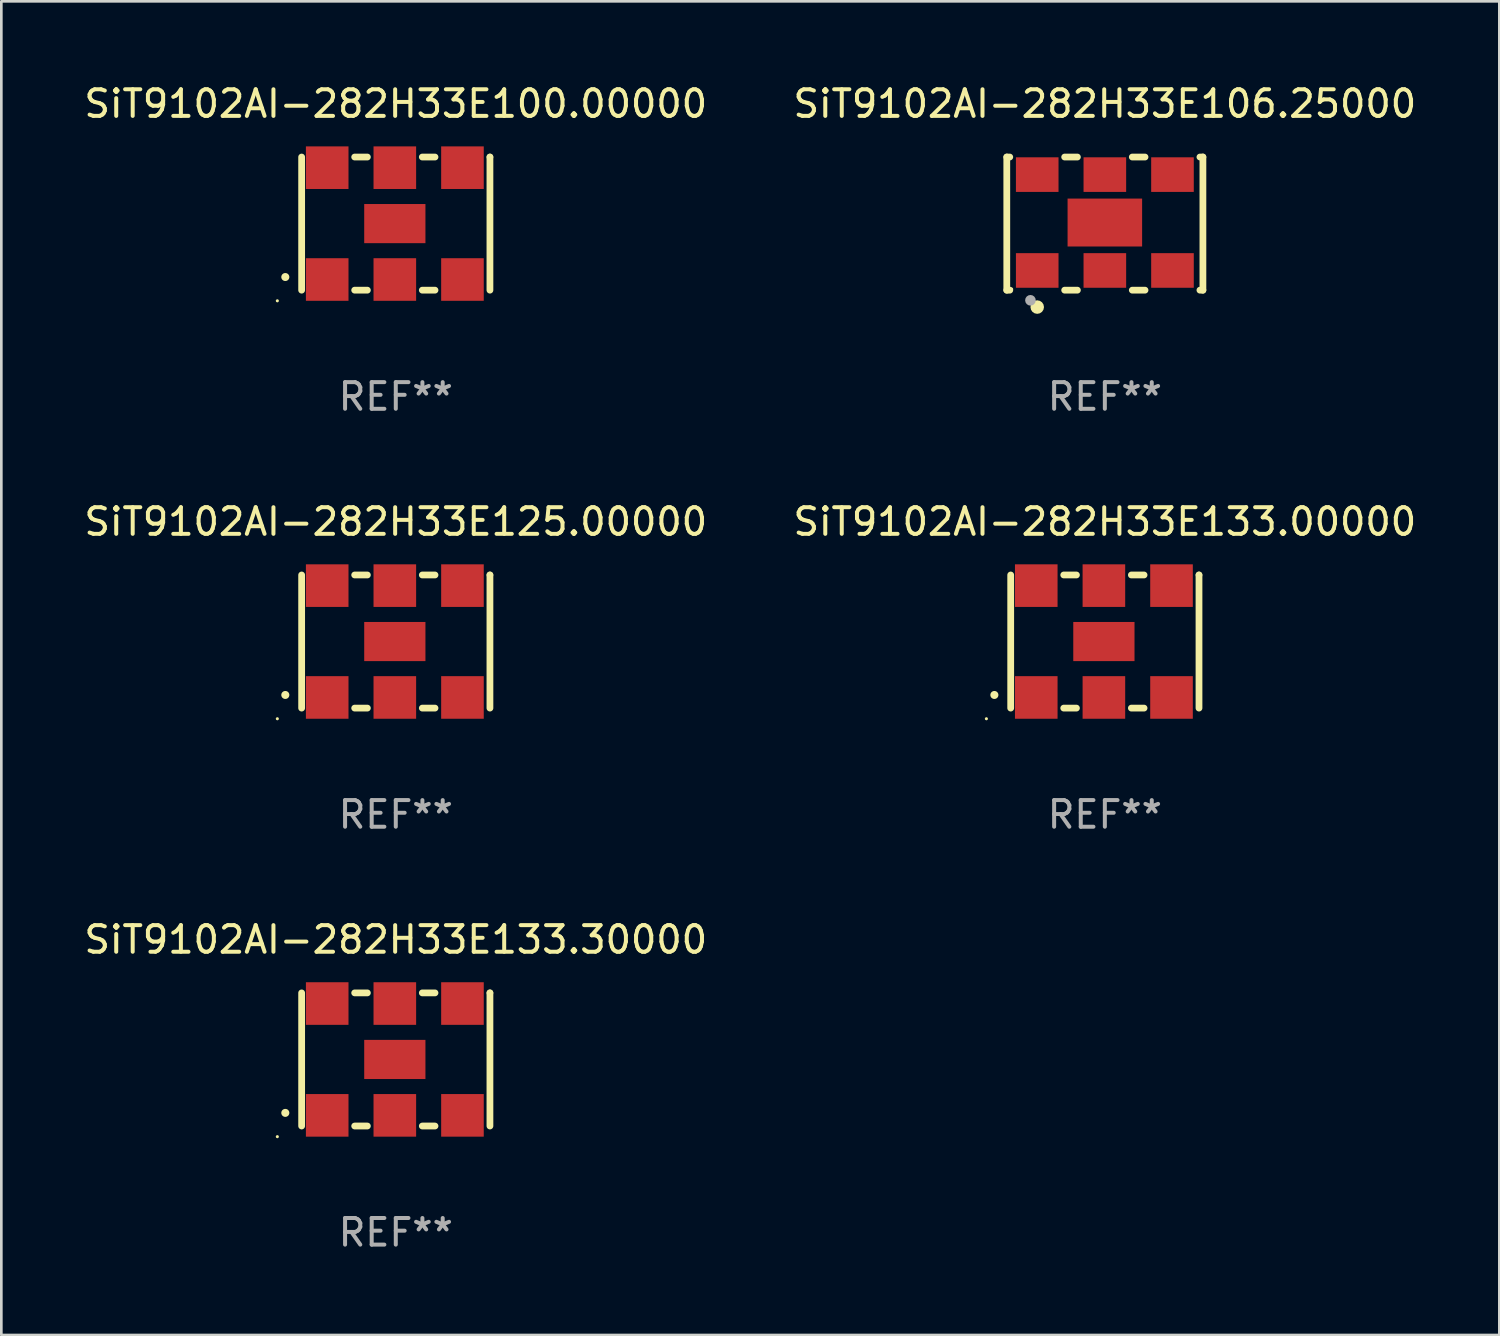
<source format=kicad_pcb>
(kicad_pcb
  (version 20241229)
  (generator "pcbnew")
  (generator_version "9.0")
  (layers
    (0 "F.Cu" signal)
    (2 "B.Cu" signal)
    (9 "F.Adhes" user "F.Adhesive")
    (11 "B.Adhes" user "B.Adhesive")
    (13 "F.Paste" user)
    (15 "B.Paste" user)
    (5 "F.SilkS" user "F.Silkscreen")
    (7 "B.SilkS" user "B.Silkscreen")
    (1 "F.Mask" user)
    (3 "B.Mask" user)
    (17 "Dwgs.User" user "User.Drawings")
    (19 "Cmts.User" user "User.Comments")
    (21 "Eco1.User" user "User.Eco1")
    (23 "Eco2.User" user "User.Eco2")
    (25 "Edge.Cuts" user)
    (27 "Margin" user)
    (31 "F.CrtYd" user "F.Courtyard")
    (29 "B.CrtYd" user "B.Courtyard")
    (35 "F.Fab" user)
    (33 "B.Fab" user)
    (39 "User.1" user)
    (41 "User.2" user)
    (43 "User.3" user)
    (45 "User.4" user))
  (footprint "SiT9102AI-282H33E100.00000"
    (layer "F.Cu")
    (at 11.815 5.348)
    (property "Reference" "SiT9102AI-282H33E100.00000" (at 0 -4.5 0) (layer "F.SilkS") (effects (font (size 1 1) (thickness 0.15))))
    (attr through_hole)
    (fp_line (start -3.536 -2.5) (end -3.536 2.5) (stroke (width 0.254) (type solid)) (layer "F.SilkS"))
    (fp_line (start -1.544 2.5) (end -1.067 2.5) (stroke (width 0.254) (type solid)) (layer "F.SilkS"))
    (fp_line (start -1.067 -2.5) (end -1.544 -2.5) (stroke (width 0.254) (type solid)) (layer "F.SilkS"))
    (fp_line (start 0.996 2.5) (end 1.473 2.5) (stroke (width 0.254) (type solid)) (layer "F.SilkS"))
    (fp_line (start 1.473 -2.5) (end 0.996 -2.5) (stroke (width 0.254) (type solid)) (layer "F.SilkS"))
    (fp_line (start 3.536 -2.5) (end 3.536 -2.5) (stroke (width 0.254) (type solid)) (layer "F.SilkS"))
    (fp_line (start 3.536 2.5) (end 3.536 -2.5) (stroke (width 0.254) (type solid)) (layer "F.SilkS"))
    (fp_arc (start -4.150432 2.006604) (mid -4.149162 2.006599) (end -4.147892 2.006604) (stroke (width 0.3) (type solid)) (layer "F.SilkS"))
    (fp_circle (center -4.449 2.9) (end -4.419 2.9) (stroke (width 0.06) (type solid)) (fill no) (layer "F.SilkS"))
    (fp_text user "REF**" (at 0 6.5 0) (layer "F.Fab") (effects (font (size 1 1) (thickness 0.15))))
    (pad "1" smd rect (at -2.576 2.1) (size 1.6 1.6) (layers "F.Cu" "F.Mask" "F.Paste"))
    (pad "2" smd rect (at -0.036 2.1) (size 1.6 1.6) (layers "F.Cu" "F.Mask" "F.Paste"))
    (pad "3" smd rect (at 2.504 2.1) (size 1.6 1.6) (layers "F.Cu" "F.Mask" "F.Paste"))
    (pad "4" smd rect (at 2.504 -2.1) (size 1.6 1.6) (layers "F.Cu" "F.Mask" "F.Paste"))
    (pad "5" smd rect (at -0.036 -2.1) (size 1.6 1.6) (layers "F.Cu" "F.Mask" "F.Paste"))
    (pad "6" smd rect (at -2.576 -2.1) (size 1.6 1.6) (layers "F.Cu" "F.Mask" "F.Paste"))
    (pad "7" smd rect (at -0.036 0) (size 2.3 1.47) (layers "F.Cu" "F.Mask" "F.Paste")))
  (footprint "SiT9102AI-282H33E125.00000"
    (layer "F.Cu")
    (at 11.815 21.045)
    (property "Reference" "SiT9102AI-282H33E125.00000" (at 0 -4.5 0) (layer "F.SilkS") (effects (font (size 1 1) (thickness 0.15))))
    (attr through_hole)
    (fp_line (start -3.536 -2.5) (end -3.536 2.5) (stroke (width 0.254) (type solid)) (layer "F.SilkS"))
    (fp_line (start -1.544 2.5) (end -1.067 2.5) (stroke (width 0.254) (type solid)) (layer "F.SilkS"))
    (fp_line (start -1.067 -2.5) (end -1.544 -2.5) (stroke (width 0.254) (type solid)) (layer "F.SilkS"))
    (fp_line (start 0.996 2.5) (end 1.473 2.5) (stroke (width 0.254) (type solid)) (layer "F.SilkS"))
    (fp_line (start 1.473 -2.5) (end 0.996 -2.5) (stroke (width 0.254) (type solid)) (layer "F.SilkS"))
    (fp_line (start 3.536 -2.5) (end 3.536 -2.5) (stroke (width 0.254) (type solid)) (layer "F.SilkS"))
    (fp_line (start 3.536 2.5) (end 3.536 -2.5) (stroke (width 0.254) (type solid)) (layer "F.SilkS"))
    (fp_arc (start -4.150432 2.006604) (mid -4.149162 2.006599) (end -4.147892 2.006604) (stroke (width 0.3) (type solid)) (layer "F.SilkS"))
    (fp_circle (center -4.449 2.9) (end -4.419 2.9) (stroke (width 0.06) (type solid)) (fill no) (layer "F.SilkS"))
    (fp_text user "REF**" (at 0 6.5 0) (layer "F.Fab") (effects (font (size 1 1) (thickness 0.15))))
    (pad "1" smd rect (at -2.576 2.1) (size 1.6 1.6) (layers "F.Cu" "F.Mask" "F.Paste"))
    (pad "2" smd rect (at -0.036 2.1) (size 1.6 1.6) (layers "F.Cu" "F.Mask" "F.Paste"))
    (pad "3" smd rect (at 2.504 2.1) (size 1.6 1.6) (layers "F.Cu" "F.Mask" "F.Paste"))
    (pad "4" smd rect (at 2.504 -2.1) (size 1.6 1.6) (layers "F.Cu" "F.Mask" "F.Paste"))
    (pad "5" smd rect (at -0.036 -2.1) (size 1.6 1.6) (layers "F.Cu" "F.Mask" "F.Paste"))
    (pad "6" smd rect (at -2.576 -2.1) (size 1.6 1.6) (layers "F.Cu" "F.Mask" "F.Paste"))
    (pad "7" smd rect (at -0.036 0) (size 2.3 1.47) (layers "F.Cu" "F.Mask" "F.Paste")))
  (footprint "SiT9102AI-282H33E106.25000"
    (layer "F.Cu")
    (at 38.446 5.348)
    (property "Reference" "SiT9102AI-282H33E106.25000" (at 0 -4.5 0) (layer "F.SilkS") (effects (font (size 1 1) (thickness 0.15))))
    (attr through_hole)
    (fp_line (start -3.683 -2.5) (end -3.571 -2.5) (stroke (width 0.254) (type solid)) (layer "F.SilkS"))
    (fp_line (start -3.683 2.5) (end -3.683 -2.5) (stroke (width 0.254) (type solid)) (layer "F.SilkS"))
    (fp_line (start -3.683 2.5) (end -3.571 2.5) (stroke (width 0.254) (type solid)) (layer "F.SilkS"))
    (fp_line (start -1.509 -2.5) (end -1.031 -2.5) (stroke (width 0.254) (type solid)) (layer "F.SilkS"))
    (fp_line (start -1.509 2.5) (end -1.031 2.5) (stroke (width 0.254) (type solid)) (layer "F.SilkS"))
    (fp_line (start 1.031 -2.5) (end 1.509 -2.5) (stroke (width 0.254) (type solid)) (layer "F.SilkS"))
    (fp_line (start 1.031 2.5) (end 1.509 2.5) (stroke (width 0.254) (type solid)) (layer "F.SilkS"))
    (fp_line (start 3.571 -2.5) (end 3.683 -2.5) (stroke (width 0.254) (type solid)) (layer "F.SilkS"))
    (fp_line (start 3.571 2.5) (end 3.683 2.5) (stroke (width 0.254) (type solid)) (layer "F.SilkS"))
    (fp_line (start 3.683 2.5) (end 3.683 -2.5) (stroke (width 0.254) (type solid)) (layer "F.SilkS"))
    (fp_circle (center -3.5 2.46) (end -3.47 2.46) (stroke (width 0.06) (type solid)) (fill no) (layer "F.SilkS"))
    (fp_circle (center -2.54 3.135) (end -2.413 3.135) (stroke (width 0.254) (type solid)) (fill no) (layer "F.SilkS"))
    (fp_circle (center -2.794 2.881) (end -2.694 2.881) (stroke (width 0.2) (type solid)) (fill no) (layer "F.Fab"))
    (fp_text user "REF**" (at 0 6.5 0) (layer "F.Fab") (effects (font (size 1 1) (thickness 0.15))))
    (pad "1" smd rect (at -2.54 1.76) (size 1.6 1.3) (layers "F.Cu" "F.Mask" "F.Paste"))
    (pad "2" smd rect (at 0 1.76) (size 1.6 1.3) (layers "F.Cu" "F.Mask" "F.Paste"))
    (pad "3" smd rect (at 2.54 1.76) (size 1.6 1.3) (layers "F.Cu" "F.Mask" "F.Paste"))
    (pad "4" smd rect (at 2.54 -1.84) (size 1.6 1.3) (layers "F.Cu" "F.Mask" "F.Paste"))
    (pad "5" smd rect (at 0 -1.84) (size 1.6 1.3) (layers "F.Cu" "F.Mask" "F.Paste"))
    (pad "6" smd rect (at -2.54 -1.84) (size 1.6 1.3) (layers "F.Cu" "F.Mask" "F.Paste"))
    (pad "7" smd rect (at 0 -0.04) (size 2.8 1.8) (layers "F.Cu" "F.Mask" "F.Paste")))
  (footprint "SiT9102AI-282H33E133.00000"
    (layer "F.Cu")
    (at 38.446 21.045)
    (property "Reference" "SiT9102AI-282H33E133.00000" (at 0 -4.5 0) (layer "F.SilkS") (effects (font (size 1 1) (thickness 0.15))))
    (attr through_hole)
    (fp_line (start -3.536 -2.5) (end -3.536 2.5) (stroke (width 0.254) (type solid)) (layer "F.SilkS"))
    (fp_line (start -1.544 2.5) (end -1.067 2.5) (stroke (width 0.254) (type solid)) (layer "F.SilkS"))
    (fp_line (start -1.067 -2.5) (end -1.544 -2.5) (stroke (width 0.254) (type solid)) (layer "F.SilkS"))
    (fp_line (start 0.996 2.5) (end 1.473 2.5) (stroke (width 0.254) (type solid)) (layer "F.SilkS"))
    (fp_line (start 1.473 -2.5) (end 0.996 -2.5) (stroke (width 0.254) (type solid)) (layer "F.SilkS"))
    (fp_line (start 3.536 -2.5) (end 3.536 -2.5) (stroke (width 0.254) (type solid)) (layer "F.SilkS"))
    (fp_line (start 3.536 2.5) (end 3.536 -2.5) (stroke (width 0.254) (type solid)) (layer "F.SilkS"))
    (fp_arc (start -4.150432 2.006604) (mid -4.149162 2.006599) (end -4.147892 2.006604) (stroke (width 0.3) (type solid)) (layer "F.SilkS"))
    (fp_circle (center -4.449 2.9) (end -4.419 2.9) (stroke (width 0.06) (type solid)) (fill no) (layer "F.SilkS"))
    (fp_text user "REF**" (at 0 6.5 0) (layer "F.Fab") (effects (font (size 1 1) (thickness 0.15))))
    (pad "1" smd rect (at -2.576 2.1) (size 1.6 1.6) (layers "F.Cu" "F.Mask" "F.Paste"))
    (pad "2" smd rect (at -0.036 2.1) (size 1.6 1.6) (layers "F.Cu" "F.Mask" "F.Paste"))
    (pad "3" smd rect (at 2.504 2.1) (size 1.6 1.6) (layers "F.Cu" "F.Mask" "F.Paste"))
    (pad "4" smd rect (at 2.504 -2.1) (size 1.6 1.6) (layers "F.Cu" "F.Mask" "F.Paste"))
    (pad "5" smd rect (at -0.036 -2.1) (size 1.6 1.6) (layers "F.Cu" "F.Mask" "F.Paste"))
    (pad "6" smd rect (at -2.576 -2.1) (size 1.6 1.6) (layers "F.Cu" "F.Mask" "F.Paste"))
    (pad "7" smd rect (at -0.036 0) (size 2.3 1.47) (layers "F.Cu" "F.Mask" "F.Paste")))
  (footprint "SiT9102AI-282H33E133.30000"
    (layer "F.Cu")
    (at 11.815 36.741)
    (property "Reference" "SiT9102AI-282H33E133.30000" (at 0 -4.5 0) (layer "F.SilkS") (effects (font (size 1 1) (thickness 0.15))))
    (attr through_hole)
    (fp_line (start -3.536 -2.5) (end -3.536 2.5) (stroke (width 0.254) (type solid)) (layer "F.SilkS"))
    (fp_line (start -1.544 2.5) (end -1.067 2.5) (stroke (width 0.254) (type solid)) (layer "F.SilkS"))
    (fp_line (start -1.067 -2.5) (end -1.544 -2.5) (stroke (width 0.254) (type solid)) (layer "F.SilkS"))
    (fp_line (start 0.996 2.5) (end 1.473 2.5) (stroke (width 0.254) (type solid)) (layer "F.SilkS"))
    (fp_line (start 1.473 -2.5) (end 0.996 -2.5) (stroke (width 0.254) (type solid)) (layer "F.SilkS"))
    (fp_line (start 3.536 -2.5) (end 3.536 -2.5) (stroke (width 0.254) (type solid)) (layer "F.SilkS"))
    (fp_line (start 3.536 2.5) (end 3.536 -2.5) (stroke (width 0.254) (type solid)) (layer "F.SilkS"))
    (fp_arc (start -4.150432 2.006604) (mid -4.149162 2.006599) (end -4.147892 2.006604) (stroke (width 0.3) (type solid)) (layer "F.SilkS"))
    (fp_circle (center -4.449 2.9) (end -4.419 2.9) (stroke (width 0.06) (type solid)) (fill no) (layer "F.SilkS"))
    (fp_text user "REF**" (at 0 6.5 0) (layer "F.Fab") (effects (font (size 1 1) (thickness 0.15))))
    (pad "1" smd rect (at -2.576 2.1) (size 1.6 1.6) (layers "F.Cu" "F.Mask" "F.Paste"))
    (pad "2" smd rect (at -0.036 2.1) (size 1.6 1.6) (layers "F.Cu" "F.Mask" "F.Paste"))
    (pad "3" smd rect (at 2.504 2.1) (size 1.6 1.6) (layers "F.Cu" "F.Mask" "F.Paste"))
    (pad "4" smd rect (at 2.504 -2.1) (size 1.6 1.6) (layers "F.Cu" "F.Mask" "F.Paste"))
    (pad "5" smd rect (at -0.036 -2.1) (size 1.6 1.6) (layers "F.Cu" "F.Mask" "F.Paste"))
    (pad "6" smd rect (at -2.576 -2.1) (size 1.6 1.6) (layers "F.Cu" "F.Mask" "F.Paste"))
    (pad "7" smd rect (at -0.036 0) (size 2.3 1.47) (layers "F.Cu" "F.Mask" "F.Paste")))
  (gr_rect
    (start -3 -3)
    (end 53.262 47.09)
    (stroke (width 0.1) (type default))
    (fill no)
    (layer "Edge.Cuts")))
</source>
